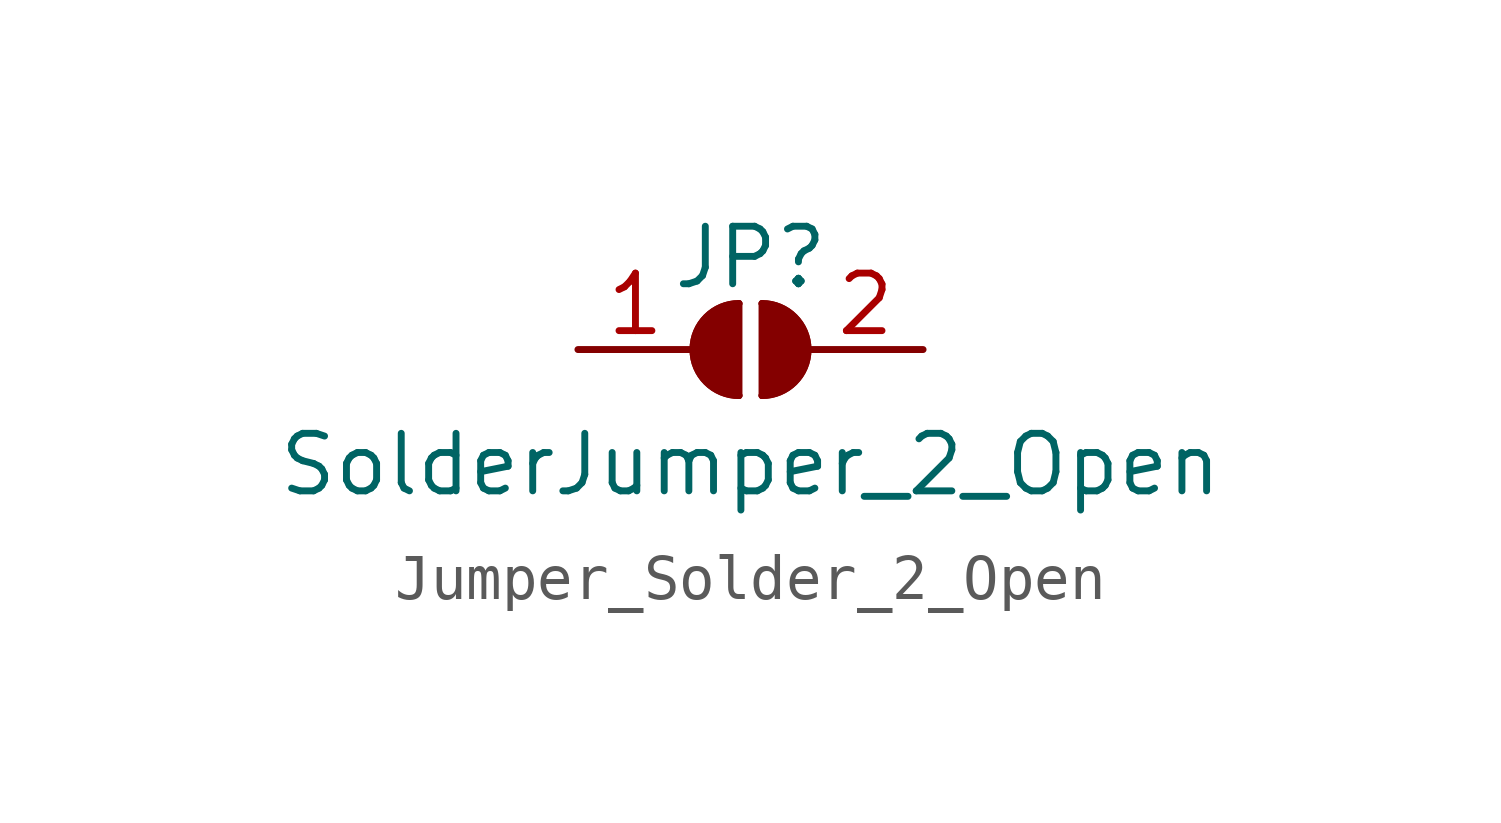
<source format=kicad_sym>
(kicad_symbol_lib
  (version 20220914)
  (generator kicad_symbol_editor)
  (symbol "Jumper_Solder_2_Open"
    (pin_names
      (offset 0) hide)
    (property "Reference" "JP"
      (at 0 2.032 0)
      (effects (font (size 1.27 1.27))))
    (property "Value" "SolderJumper_2_Open"
      (at 0 -2.54 0)
      (effects (font (size 1.27 1.27))))
    (symbol "Jumper_Solder_2_Open_0_1"
      (arc (start -0.254 1.016) (mid -1.2656 0) (end -0.254 -1.016) (stroke (width 0) (type default)) (fill (type none)))
      (arc (start -0.254 1.016) (mid -1.2656 0) (end -0.254 -1.016) (stroke (width 0) (type default)) (fill (type outline)))
      (polyline (pts (xy -0.254 1.016) (xy -0.254 -1.016)) (stroke (width 0) (type default)) (fill (type none)))
      (polyline (pts (xy 0.254 1.016) (xy 0.254 -1.016)) (stroke (width 0) (type default)) (fill (type none)))
      (arc (start 0.254 -1.016) (mid 1.2656 0) (end 0.254 1.016) (stroke (width 0) (type default)) (fill (type none)))
      (arc (start 0.254 -1.016) (mid 1.2656 0) (end 0.254 1.016) (stroke (width 0) (type default)) (fill (type outline))))
    (symbol "Jumper_Solder_2_Open_1_1"
      (pin passive line (at -3.81 0 0) (length 2.54) (name "A" (effects (font (size 1.27 1.27)))) (number "1" (effects (font (size 1.27 1.27)))))
      (pin passive line (at 3.81 0 180) (length 2.54) (name "B" (effects (font (size 1.27 1.27)))) (number "2" (effects (font (size 1.27 1.27))))))))
</source>
